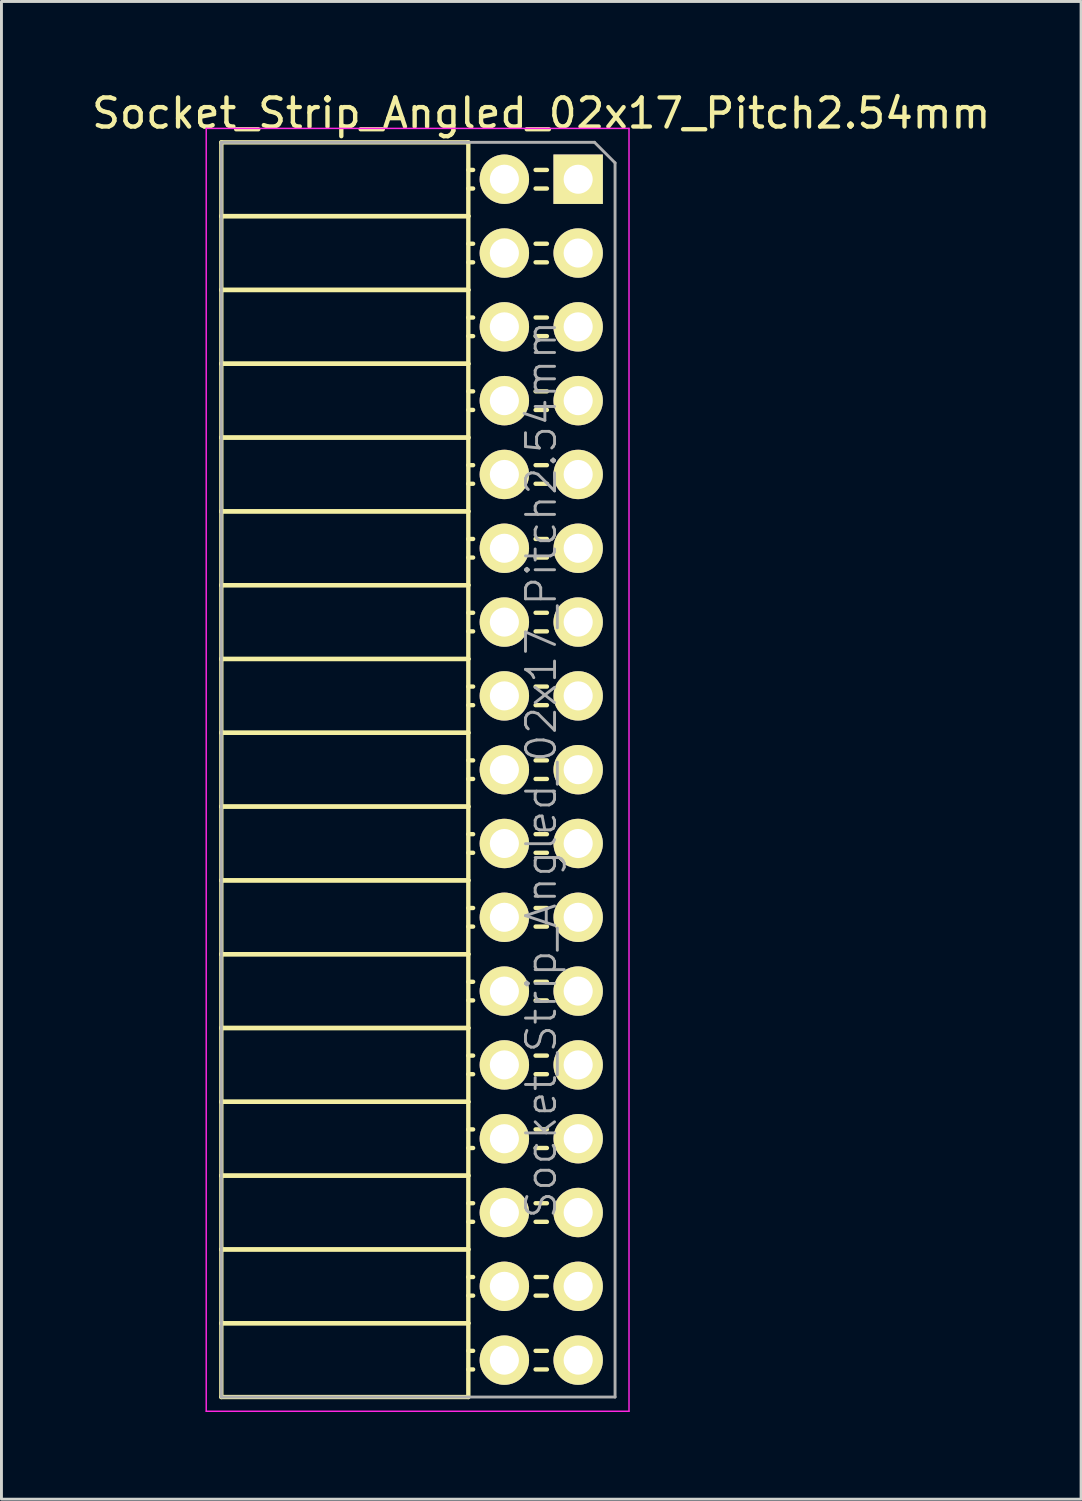
<source format=kicad_pcb>
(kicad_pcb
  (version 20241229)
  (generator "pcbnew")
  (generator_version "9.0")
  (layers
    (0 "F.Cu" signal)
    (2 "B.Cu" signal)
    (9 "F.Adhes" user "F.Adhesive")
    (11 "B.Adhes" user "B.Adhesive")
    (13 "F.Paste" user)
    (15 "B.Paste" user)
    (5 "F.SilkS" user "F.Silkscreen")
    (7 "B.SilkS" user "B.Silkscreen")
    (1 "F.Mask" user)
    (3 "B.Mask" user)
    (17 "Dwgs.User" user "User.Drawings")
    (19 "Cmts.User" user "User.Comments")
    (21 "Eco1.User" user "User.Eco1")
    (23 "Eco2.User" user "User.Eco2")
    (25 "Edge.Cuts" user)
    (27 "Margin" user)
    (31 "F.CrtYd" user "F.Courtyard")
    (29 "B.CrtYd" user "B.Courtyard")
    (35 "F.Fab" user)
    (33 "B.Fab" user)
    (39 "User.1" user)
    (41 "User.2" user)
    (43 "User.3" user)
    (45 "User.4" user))
  (footprint "Socket_Strip_Angled_02x17_Pitch2.54mm"
    (layer "F.Cu")
    (at 16.847 3.118)
    (property "Reference" "Socket_Strip_Angled_02x17_Pitch2.54mm" (at -1.27 -2.27 0) (layer "F.SilkS") (effects (font (size 1 1) (thickness 0.15))))
    (attr smd)
    (fp_line (start -12.28 -1.27) (end -12.28 1.27) (stroke (width 0.15) (type solid)) (layer "F.SilkS"))
    (fp_line (start -12.28 -1.27) (end -3.78 -1.27) (stroke (width 0.15) (type solid)) (layer "F.SilkS"))
    (fp_line (start -12.28 1.27) (end -12.28 3.81) (stroke (width 0.15) (type solid)) (layer "F.SilkS"))
    (fp_line (start -12.28 1.27) (end -3.78 1.27) (stroke (width 0.15) (type solid)) (layer "F.SilkS"))
    (fp_line (start -12.28 1.27) (end -3.78 1.27) (stroke (width 0.15) (type solid)) (layer "F.SilkS"))
    (fp_line (start -12.28 3.81) (end -12.28 6.35) (stroke (width 0.15) (type solid)) (layer "F.SilkS"))
    (fp_line (start -12.28 3.81) (end -3.78 3.81) (stroke (width 0.15) (type solid)) (layer "F.SilkS"))
    (fp_line (start -12.28 3.81) (end -3.78 3.81) (stroke (width 0.15) (type solid)) (layer "F.SilkS"))
    (fp_line (start -12.28 6.35) (end -12.28 8.89) (stroke (width 0.15) (type solid)) (layer "F.SilkS"))
    (fp_line (start -12.28 6.35) (end -3.78 6.35) (stroke (width 0.15) (type solid)) (layer "F.SilkS"))
    (fp_line (start -12.28 6.35) (end -3.78 6.35) (stroke (width 0.15) (type solid)) (layer "F.SilkS"))
    (fp_line (start -12.28 8.89) (end -12.28 11.43) (stroke (width 0.15) (type solid)) (layer "F.SilkS"))
    (fp_line (start -12.28 8.89) (end -3.78 8.89) (stroke (width 0.15) (type solid)) (layer "F.SilkS"))
    (fp_line (start -12.28 8.89) (end -3.78 8.89) (stroke (width 0.15) (type solid)) (layer "F.SilkS"))
    (fp_line (start -12.28 11.43) (end -12.28 13.97) (stroke (width 0.15) (type solid)) (layer "F.SilkS"))
    (fp_line (start -12.28 11.43) (end -3.78 11.43) (stroke (width 0.15) (type solid)) (layer "F.SilkS"))
    (fp_line (start -12.28 11.43) (end -3.78 11.43) (stroke (width 0.15) (type solid)) (layer "F.SilkS"))
    (fp_line (start -12.28 13.97) (end -12.28 16.51) (stroke (width 0.15) (type solid)) (layer "F.SilkS"))
    (fp_line (start -12.28 13.97) (end -3.78 13.97) (stroke (width 0.15) (type solid)) (layer "F.SilkS"))
    (fp_line (start -12.28 13.97) (end -3.78 13.97) (stroke (width 0.15) (type solid)) (layer "F.SilkS"))
    (fp_line (start -12.28 16.51) (end -12.28 19.05) (stroke (width 0.15) (type solid)) (layer "F.SilkS"))
    (fp_line (start -12.28 16.51) (end -3.78 16.51) (stroke (width 0.15) (type solid)) (layer "F.SilkS"))
    (fp_line (start -12.28 16.51) (end -3.78 16.51) (stroke (width 0.15) (type solid)) (layer "F.SilkS"))
    (fp_line (start -12.28 19.05) (end -12.28 21.59) (stroke (width 0.15) (type solid)) (layer "F.SilkS"))
    (fp_line (start -12.28 19.05) (end -3.78 19.05) (stroke (width 0.15) (type solid)) (layer "F.SilkS"))
    (fp_line (start -12.28 19.05) (end -3.78 19.05) (stroke (width 0.15) (type solid)) (layer "F.SilkS"))
    (fp_line (start -12.28 21.59) (end -12.28 24.13) (stroke (width 0.15) (type solid)) (layer "F.SilkS"))
    (fp_line (start -12.28 21.59) (end -3.78 21.59) (stroke (width 0.15) (type solid)) (layer "F.SilkS"))
    (fp_line (start -12.28 21.59) (end -3.78 21.59) (stroke (width 0.15) (type solid)) (layer "F.SilkS"))
    (fp_line (start -12.28 24.13) (end -12.28 26.67) (stroke (width 0.15) (type solid)) (layer "F.SilkS"))
    (fp_line (start -12.28 24.13) (end -3.78 24.13) (stroke (width 0.15) (type solid)) (layer "F.SilkS"))
    (fp_line (start -12.28 24.13) (end -3.78 24.13) (stroke (width 0.15) (type solid)) (layer "F.SilkS"))
    (fp_line (start -12.28 26.67) (end -12.28 29.21) (stroke (width 0.15) (type solid)) (layer "F.SilkS"))
    (fp_line (start -12.28 26.67) (end -3.78 26.67) (stroke (width 0.15) (type solid)) (layer "F.SilkS"))
    (fp_line (start -12.28 26.67) (end -3.78 26.67) (stroke (width 0.15) (type solid)) (layer "F.SilkS"))
    (fp_line (start -12.28 29.21) (end -12.28 31.75) (stroke (width 0.15) (type solid)) (layer "F.SilkS"))
    (fp_line (start -12.28 29.21) (end -3.78 29.21) (stroke (width 0.15) (type solid)) (layer "F.SilkS"))
    (fp_line (start -12.28 29.21) (end -3.78 29.21) (stroke (width 0.15) (type solid)) (layer "F.SilkS"))
    (fp_line (start -12.28 31.75) (end -12.28 34.29) (stroke (width 0.15) (type solid)) (layer "F.SilkS"))
    (fp_line (start -12.28 31.75) (end -3.78 31.75) (stroke (width 0.15) (type solid)) (layer "F.SilkS"))
    (fp_line (start -12.28 31.75) (end -3.78 31.75) (stroke (width 0.15) (type solid)) (layer "F.SilkS"))
    (fp_line (start -12.28 34.29) (end -12.28 36.83) (stroke (width 0.15) (type solid)) (layer "F.SilkS"))
    (fp_line (start -12.28 34.29) (end -3.78 34.29) (stroke (width 0.15) (type solid)) (layer "F.SilkS"))
    (fp_line (start -12.28 34.29) (end -3.78 34.29) (stroke (width 0.15) (type solid)) (layer "F.SilkS"))
    (fp_line (start -12.28 36.83) (end -12.28 39.37) (stroke (width 0.15) (type solid)) (layer "F.SilkS"))
    (fp_line (start -12.28 36.83) (end -3.78 36.83) (stroke (width 0.15) (type solid)) (layer "F.SilkS"))
    (fp_line (start -12.28 36.83) (end -3.78 36.83) (stroke (width 0.15) (type solid)) (layer "F.SilkS"))
    (fp_line (start -12.28 39.37) (end -12.28 41.91) (stroke (width 0.15) (type solid)) (layer "F.SilkS"))
    (fp_line (start -12.28 39.37) (end -3.78 39.37) (stroke (width 0.15) (type solid)) (layer "F.SilkS"))
    (fp_line (start -12.28 39.37) (end -3.78 39.37) (stroke (width 0.15) (type solid)) (layer "F.SilkS"))
    (fp_line (start -12.28 41.91) (end -3.78 41.91) (stroke (width 0.15) (type solid)) (layer "F.SilkS"))
    (fp_line (start -3.78 -1.27) (end -3.78 1.27) (stroke (width 0.15) (type solid)) (layer "F.SilkS"))
    (fp_line (start -3.78 -0.32) (end -3.615 -0.32) (stroke (width 0.15) (type solid)) (layer "F.SilkS"))
    (fp_line (start -3.78 0.32) (end -3.615 0.32) (stroke (width 0.15) (type solid)) (layer "F.SilkS"))
    (fp_line (start -3.78 1.27) (end -3.78 3.81) (stroke (width 0.15) (type solid)) (layer "F.SilkS"))
    (fp_line (start -3.78 2.22) (end -3.615 2.22) (stroke (width 0.15) (type solid)) (layer "F.SilkS"))
    (fp_line (start -3.78 2.86) (end -3.615 2.86) (stroke (width 0.15) (type solid)) (layer "F.SilkS"))
    (fp_line (start -3.78 3.81) (end -3.78 6.35) (stroke (width 0.15) (type solid)) (layer "F.SilkS"))
    (fp_line (start -3.78 4.76) (end -3.615 4.76) (stroke (width 0.15) (type solid)) (layer "F.SilkS"))
    (fp_line (start -3.78 5.4) (end -3.615 5.4) (stroke (width 0.15) (type solid)) (layer "F.SilkS"))
    (fp_line (start -3.78 6.35) (end -3.78 8.89) (stroke (width 0.15) (type solid)) (layer "F.SilkS"))
    (fp_line (start -3.78 7.3) (end -3.615 7.3) (stroke (width 0.15) (type solid)) (layer "F.SilkS"))
    (fp_line (start -3.78 7.94) (end -3.615 7.94) (stroke (width 0.15) (type solid)) (layer "F.SilkS"))
    (fp_line (start -3.78 8.89) (end -3.78 11.43) (stroke (width 0.15) (type solid)) (layer "F.SilkS"))
    (fp_line (start -3.78 9.84) (end -3.615 9.84) (stroke (width 0.15) (type solid)) (layer "F.SilkS"))
    (fp_line (start -3.78 10.48) (end -3.615 10.48) (stroke (width 0.15) (type solid)) (layer "F.SilkS"))
    (fp_line (start -3.78 11.43) (end -3.78 13.97) (stroke (width 0.15) (type solid)) (layer "F.SilkS"))
    (fp_line (start -3.78 12.38) (end -3.615 12.38) (stroke (width 0.15) (type solid)) (layer "F.SilkS"))
    (fp_line (start -3.78 13.02) (end -3.615 13.02) (stroke (width 0.15) (type solid)) (layer "F.SilkS"))
    (fp_line (start -3.78 13.97) (end -3.78 16.51) (stroke (width 0.15) (type solid)) (layer "F.SilkS"))
    (fp_line (start -3.78 14.92) (end -3.615 14.92) (stroke (width 0.15) (type solid)) (layer "F.SilkS"))
    (fp_line (start -3.78 15.56) (end -3.615 15.56) (stroke (width 0.15) (type solid)) (layer "F.SilkS"))
    (fp_line (start -3.78 16.51) (end -3.78 19.05) (stroke (width 0.15) (type solid)) (layer "F.SilkS"))
    (fp_line (start -3.78 17.46) (end -3.615 17.46) (stroke (width 0.15) (type solid)) (layer "F.SilkS"))
    (fp_line (start -3.78 18.1) (end -3.615 18.1) (stroke (width 0.15) (type solid)) (layer "F.SilkS"))
    (fp_line (start -3.78 19.05) (end -3.78 21.59) (stroke (width 0.15) (type solid)) (layer "F.SilkS"))
    (fp_line (start -3.78 20) (end -3.615 20) (stroke (width 0.15) (type solid)) (layer "F.SilkS"))
    (fp_line (start -3.78 20.64) (end -3.615 20.64) (stroke (width 0.15) (type solid)) (layer "F.SilkS"))
    (fp_line (start -3.78 21.59) (end -3.78 24.13) (stroke (width 0.15) (type solid)) (layer "F.SilkS"))
    (fp_line (start -3.78 22.54) (end -3.615 22.54) (stroke (width 0.15) (type solid)) (layer "F.SilkS"))
    (fp_line (start -3.78 23.18) (end -3.615 23.18) (stroke (width 0.15) (type solid)) (layer "F.SilkS"))
    (fp_line (start -3.78 24.13) (end -3.78 26.67) (stroke (width 0.15) (type solid)) (layer "F.SilkS"))
    (fp_line (start -3.78 25.08) (end -3.615 25.08) (stroke (width 0.15) (type solid)) (layer "F.SilkS"))
    (fp_line (start -3.78 25.72) (end -3.615 25.72) (stroke (width 0.15) (type solid)) (layer "F.SilkS"))
    (fp_line (start -3.78 26.67) (end -3.78 29.21) (stroke (width 0.15) (type solid)) (layer "F.SilkS"))
    (fp_line (start -3.78 27.62) (end -3.615 27.62) (stroke (width 0.15) (type solid)) (layer "F.SilkS"))
    (fp_line (start -3.78 28.26) (end -3.615 28.26) (stroke (width 0.15) (type solid)) (layer "F.SilkS"))
    (fp_line (start -3.78 29.21) (end -3.78 31.75) (stroke (width 0.15) (type solid)) (layer "F.SilkS"))
    (fp_line (start -3.78 30.16) (end -3.615 30.16) (stroke (width 0.15) (type solid)) (layer "F.SilkS"))
    (fp_line (start -3.78 30.8) (end -3.615 30.8) (stroke (width 0.15) (type solid)) (layer "F.SilkS"))
    (fp_line (start -3.78 31.75) (end -3.78 34.29) (stroke (width 0.15) (type solid)) (layer "F.SilkS"))
    (fp_line (start -3.78 32.7) (end -3.615 32.7) (stroke (width 0.15) (type solid)) (layer "F.SilkS"))
    (fp_line (start -3.78 33.34) (end -3.615 33.34) (stroke (width 0.15) (type solid)) (layer "F.SilkS"))
    (fp_line (start -3.78 34.29) (end -3.78 36.83) (stroke (width 0.15) (type solid)) (layer "F.SilkS"))
    (fp_line (start -3.78 35.24) (end -3.615 35.24) (stroke (width 0.15) (type solid)) (layer "F.SilkS"))
    (fp_line (start -3.78 35.88) (end -3.615 35.88) (stroke (width 0.15) (type solid)) (layer "F.SilkS"))
    (fp_line (start -3.78 36.83) (end -3.78 39.37) (stroke (width 0.15) (type solid)) (layer "F.SilkS"))
    (fp_line (start -3.78 37.78) (end -3.615 37.78) (stroke (width 0.15) (type solid)) (layer "F.SilkS"))
    (fp_line (start -3.78 38.42) (end -3.615 38.42) (stroke (width 0.15) (type solid)) (layer "F.SilkS"))
    (fp_line (start -3.78 39.37) (end -3.78 41.91) (stroke (width 0.15) (type solid)) (layer "F.SilkS"))
    (fp_line (start -3.78 40.32) (end -3.615 40.32) (stroke (width 0.15) (type solid)) (layer "F.SilkS"))
    (fp_line (start -3.78 40.96) (end -3.615 40.96) (stroke (width 0.15) (type solid)) (layer "F.SilkS"))
    (fp_line (start -1.075 -0.32) (end -1.465 -0.32) (stroke (width 0.15) (type solid)) (layer "F.SilkS"))
    (fp_line (start -1.075 0.32) (end -1.465 0.32) (stroke (width 0.15) (type solid)) (layer "F.SilkS"))
    (fp_line (start -1.075 2.22) (end -1.465 2.22) (stroke (width 0.15) (type solid)) (layer "F.SilkS"))
    (fp_line (start -1.075 2.86) (end -1.465 2.86) (stroke (width 0.15) (type solid)) (layer "F.SilkS"))
    (fp_line (start -1.075 4.76) (end -1.465 4.76) (stroke (width 0.15) (type solid)) (layer "F.SilkS"))
    (fp_line (start -1.075 5.4) (end -1.465 5.4) (stroke (width 0.15) (type solid)) (layer "F.SilkS"))
    (fp_line (start -1.075 7.3) (end -1.465 7.3) (stroke (width 0.15) (type solid)) (layer "F.SilkS"))
    (fp_line (start -1.075 7.94) (end -1.465 7.94) (stroke (width 0.15) (type solid)) (layer "F.SilkS"))
    (fp_line (start -1.075 9.84) (end -1.465 9.84) (stroke (width 0.15) (type solid)) (layer "F.SilkS"))
    (fp_line (start -1.075 10.48) (end -1.465 10.48) (stroke (width 0.15) (type solid)) (layer "F.SilkS"))
    (fp_line (start -1.075 12.38) (end -1.465 12.38) (stroke (width 0.15) (type solid)) (layer "F.SilkS"))
    (fp_line (start -1.075 13.02) (end -1.465 13.02) (stroke (width 0.15) (type solid)) (layer "F.SilkS"))
    (fp_line (start -1.075 14.92) (end -1.465 14.92) (stroke (width 0.15) (type solid)) (layer "F.SilkS"))
    (fp_line (start -1.075 15.56) (end -1.465 15.56) (stroke (width 0.15) (type solid)) (layer "F.SilkS"))
    (fp_line (start -1.075 17.46) (end -1.465 17.46) (stroke (width 0.15) (type solid)) (layer "F.SilkS"))
    (fp_line (start -1.075 18.1) (end -1.465 18.1) (stroke (width 0.15) (type solid)) (layer "F.SilkS"))
    (fp_line (start -1.075 20) (end -1.465 20) (stroke (width 0.15) (type solid)) (layer "F.SilkS"))
    (fp_line (start -1.075 20.64) (end -1.465 20.64) (stroke (width 0.15) (type solid)) (layer "F.SilkS"))
    (fp_line (start -1.075 22.54) (end -1.465 22.54) (stroke (width 0.15) (type solid)) (layer "F.SilkS"))
    (fp_line (start -1.075 23.18) (end -1.465 23.18) (stroke (width 0.15) (type solid)) (layer "F.SilkS"))
    (fp_line (start -1.075 25.08) (end -1.465 25.08) (stroke (width 0.15) (type solid)) (layer "F.SilkS"))
    (fp_line (start -1.075 25.72) (end -1.465 25.72) (stroke (width 0.15) (type solid)) (layer "F.SilkS"))
    (fp_line (start -1.075 27.62) (end -1.465 27.62) (stroke (width 0.15) (type solid)) (layer "F.SilkS"))
    (fp_line (start -1.075 28.26) (end -1.465 28.26) (stroke (width 0.15) (type solid)) (layer "F.SilkS"))
    (fp_line (start -1.075 30.16) (end -1.465 30.16) (stroke (width 0.15) (type solid)) (layer "F.SilkS"))
    (fp_line (start -1.075 30.8) (end -1.465 30.8) (stroke (width 0.15) (type solid)) (layer "F.SilkS"))
    (fp_line (start -1.075 32.7) (end -1.465 32.7) (stroke (width 0.15) (type solid)) (layer "F.SilkS"))
    (fp_line (start -1.075 33.34) (end -1.465 33.34) (stroke (width 0.15) (type solid)) (layer "F.SilkS"))
    (fp_line (start -1.075 35.24) (end -1.465 35.24) (stroke (width 0.15) (type solid)) (layer "F.SilkS"))
    (fp_line (start -1.075 35.88) (end -1.465 35.88) (stroke (width 0.15) (type solid)) (layer "F.SilkS"))
    (fp_line (start -1.075 37.78) (end -1.465 37.78) (stroke (width 0.15) (type solid)) (layer "F.SilkS"))
    (fp_line (start -1.075 38.42) (end -1.465 38.42) (stroke (width 0.15) (type solid)) (layer "F.SilkS"))
    (fp_line (start -1.075 40.32) (end -1.465 40.32) (stroke (width 0.15) (type solid)) (layer "F.SilkS"))
    (fp_line (start -1.075 40.96) (end -1.465 40.96) (stroke (width 0.15) (type solid)) (layer "F.SilkS"))
    (fp_line (start -12.8 -1.75) (end 1.75 -1.75) (stroke (width 0.05) (type solid)) (layer "F.CrtYd"))
    (fp_line (start -12.8 42.4) (end -12.8 -1.75) (stroke (width 0.05) (type solid)) (layer "F.CrtYd"))
    (fp_line (start -12.8 42.4) (end 1.75 42.4) (stroke (width 0.05) (type solid)) (layer "F.CrtYd"))
    (fp_line (start 1.75 42.4) (end 1.75 -1.75) (stroke (width 0.05) (type solid)) (layer "F.CrtYd"))
    (fp_line (start -12.28 -1.27) (end 0.563 -1.27) (stroke (width 0.1) (type solid)) (layer "F.Fab"))
    (fp_line (start -12.28 41.91) (end -12.28 -1.27) (stroke (width 0.1) (type solid)) (layer "F.Fab"))
    (fp_line (start -12.28 41.91) (end 1.27 41.91) (stroke (width 0.1) (type solid)) (layer "F.Fab"))
    (fp_line (start 1.27 -0.563) (end 0.563 -1.27) (stroke (width 0.1) (type solid)) (layer "F.Fab"))
    (fp_line (start 1.27 41.91) (end 1.27 -0.563) (stroke (width 0.1) (type solid)) (layer "F.Fab"))
    (fp_text user "${REFERENCE}" (at -1.27 20.32 90) (layer "F.Fab") (effects (font (size 1 1) (thickness 0.1))))
    (pad "1" thru_hole rect (at 0 0) (size 1.7 1.7) (drill 1) (layers "*.Cu" "*.Mask" "F.SilkS"))
    (pad "2" thru_hole oval (at -2.54 0) (size 1.7 1.7) (drill 1) (layers "*.Cu" "*.Mask" "F.SilkS"))
    (pad "3" thru_hole oval (at 0 2.54) (size 1.7 1.7) (drill 1) (layers "*.Cu" "*.Mask" "F.SilkS"))
    (pad "4" thru_hole oval (at -2.54 2.54) (size 1.7 1.7) (drill 1) (layers "*.Cu" "*.Mask" "F.SilkS"))
    (pad "5" thru_hole oval (at 0 5.08) (size 1.7 1.7) (drill 1) (layers "*.Cu" "*.Mask" "F.SilkS"))
    (pad "6" thru_hole oval (at -2.54 5.08) (size 1.7 1.7) (drill 1) (layers "*.Cu" "*.Mask" "F.SilkS"))
    (pad "7" thru_hole oval (at 0 7.62) (size 1.7 1.7) (drill 1) (layers "*.Cu" "*.Mask" "F.SilkS"))
    (pad "8" thru_hole oval (at -2.54 7.62) (size 1.7 1.7) (drill 1) (layers "*.Cu" "*.Mask" "F.SilkS"))
    (pad "9" thru_hole oval (at 0 10.16) (size 1.7 1.7) (drill 1) (layers "*.Cu" "*.Mask" "F.SilkS"))
    (pad "10" thru_hole oval (at -2.54 10.16) (size 1.7 1.7) (drill 1) (layers "*.Cu" "*.Mask" "F.SilkS"))
    (pad "11" thru_hole oval (at 0 12.7) (size 1.7 1.7) (drill 1) (layers "*.Cu" "*.Mask" "F.SilkS"))
    (pad "12" thru_hole oval (at -2.54 12.7) (size 1.7 1.7) (drill 1) (layers "*.Cu" "*.Mask" "F.SilkS"))
    (pad "13" thru_hole oval (at 0 15.24) (size 1.7 1.7) (drill 1) (layers "*.Cu" "*.Mask" "F.SilkS"))
    (pad "14" thru_hole oval (at -2.54 15.24) (size 1.7 1.7) (drill 1) (layers "*.Cu" "*.Mask" "F.SilkS"))
    (pad "15" thru_hole oval (at 0 17.78) (size 1.7 1.7) (drill 1) (layers "*.Cu" "*.Mask" "F.SilkS"))
    (pad "16" thru_hole oval (at -2.54 17.78) (size 1.7 1.7) (drill 1) (layers "*.Cu" "*.Mask" "F.SilkS"))
    (pad "17" thru_hole oval (at 0 20.32) (size 1.7 1.7) (drill 1) (layers "*.Cu" "*.Mask" "F.SilkS"))
    (pad "18" thru_hole oval (at -2.54 20.32) (size 1.7 1.7) (drill 1) (layers "*.Cu" "*.Mask" "F.SilkS"))
    (pad "19" thru_hole oval (at 0 22.86) (size 1.7 1.7) (drill 1) (layers "*.Cu" "*.Mask" "F.SilkS"))
    (pad "20" thru_hole oval (at -2.54 22.86) (size 1.7 1.7) (drill 1) (layers "*.Cu" "*.Mask" "F.SilkS"))
    (pad "21" thru_hole oval (at 0 25.4) (size 1.7 1.7) (drill 1) (layers "*.Cu" "*.Mask" "F.SilkS"))
    (pad "22" thru_hole oval (at -2.54 25.4) (size 1.7 1.7) (drill 1) (layers "*.Cu" "*.Mask" "F.SilkS"))
    (pad "23" thru_hole oval (at 0 27.94) (size 1.7 1.7) (drill 1) (layers "*.Cu" "*.Mask" "F.SilkS"))
    (pad "24" thru_hole oval (at -2.54 27.94) (size 1.7 1.7) (drill 1) (layers "*.Cu" "*.Mask" "F.SilkS"))
    (pad "25" thru_hole oval (at 0 30.48) (size 1.7 1.7) (drill 1) (layers "*.Cu" "*.Mask" "F.SilkS"))
    (pad "26" thru_hole oval (at -2.54 30.48) (size 1.7 1.7) (drill 1) (layers "*.Cu" "*.Mask" "F.SilkS"))
    (pad "27" thru_hole oval (at 0 33.02) (size 1.7 1.7) (drill 1) (layers "*.Cu" "*.Mask" "F.SilkS"))
    (pad "28" thru_hole oval (at -2.54 33.02) (size 1.7 1.7) (drill 1) (layers "*.Cu" "*.Mask" "F.SilkS"))
    (pad "29" thru_hole oval (at 0 35.56) (size 1.7 1.7) (drill 1) (layers "*.Cu" "*.Mask" "F.SilkS"))
    (pad "30" thru_hole oval (at -2.54 35.56) (size 1.7 1.7) (drill 1) (layers "*.Cu" "*.Mask" "F.SilkS"))
    (pad "31" thru_hole oval (at 0 38.1) (size 1.7 1.7) (drill 1) (layers "*.Cu" "*.Mask" "F.SilkS"))
    (pad "32" thru_hole oval (at -2.54 38.1) (size 1.7 1.7) (drill 1) (layers "*.Cu" "*.Mask" "F.SilkS"))
    (pad "33" thru_hole oval (at 0 40.64) (size 1.7 1.7) (drill 1) (layers "*.Cu" "*.Mask" "F.SilkS"))
    (pad "34" thru_hole oval (at -2.54 40.64) (size 1.7 1.7) (drill 1) (layers "*.Cu" "*.Mask" "F.SilkS")))
  (gr_rect
    (start -3 -3)
    (end 34.155 48.543)
    (stroke (width 0.1) (type default))
    (fill no)
    (layer "Edge.Cuts")))
</source>
